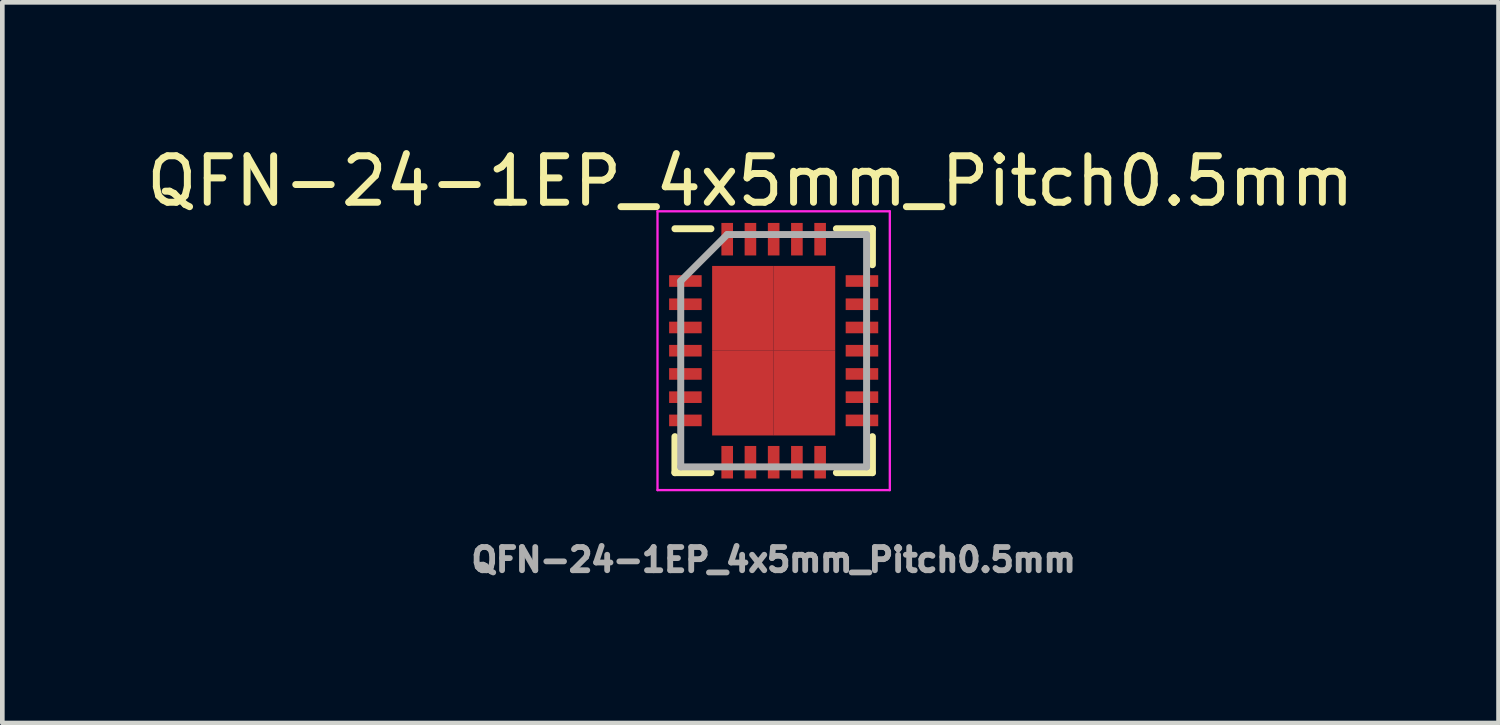
<source format=kicad_pcb>
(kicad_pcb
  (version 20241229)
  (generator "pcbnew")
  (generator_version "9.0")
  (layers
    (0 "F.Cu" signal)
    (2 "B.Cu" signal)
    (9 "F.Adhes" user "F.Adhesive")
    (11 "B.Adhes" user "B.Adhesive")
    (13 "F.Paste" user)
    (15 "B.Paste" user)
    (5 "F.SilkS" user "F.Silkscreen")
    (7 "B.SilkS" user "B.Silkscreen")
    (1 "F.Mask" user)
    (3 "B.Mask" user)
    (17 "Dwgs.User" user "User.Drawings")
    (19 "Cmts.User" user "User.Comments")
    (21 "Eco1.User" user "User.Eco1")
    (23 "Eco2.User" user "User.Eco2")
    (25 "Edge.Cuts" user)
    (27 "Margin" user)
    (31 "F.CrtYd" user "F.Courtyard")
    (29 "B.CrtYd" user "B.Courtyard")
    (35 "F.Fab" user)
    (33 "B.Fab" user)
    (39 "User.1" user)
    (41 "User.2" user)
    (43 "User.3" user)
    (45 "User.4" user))
  (footprint "QFN-24-1EP_4x5mm_Pitch0.5mm"
    (layer "F.Cu")
    (at 13.601 4.498)
    (property "Reference" "QFN-24-1EP_4x5mm_Pitch0.5mm" (at -0.5 -3.65 0) (layer "F.SilkS") (effects (font (size 1 1) (thickness 0.15))))
    (attr smd)
    (fp_line (start -2.125 -2.625) (end -1.35 -2.625) (stroke (width 0.15) (type solid)) (layer "F.SilkS"))
    (fp_line (start -2.125 2.625) (end -2.125 1.85) (stroke (width 0.15) (type solid)) (layer "F.SilkS"))
    (fp_line (start -2.125 2.625) (end -1.35 2.625) (stroke (width 0.15) (type solid)) (layer "F.SilkS"))
    (fp_line (start 2.125 -2.625) (end 1.35 -2.625) (stroke (width 0.15) (type solid)) (layer "F.SilkS"))
    (fp_line (start 2.125 -2.625) (end 2.125 -1.85) (stroke (width 0.15) (type solid)) (layer "F.SilkS"))
    (fp_line (start 2.125 2.625) (end 1.35 2.625) (stroke (width 0.15) (type solid)) (layer "F.SilkS"))
    (fp_line (start 2.125 2.625) (end 2.125 1.85) (stroke (width 0.15) (type solid)) (layer "F.SilkS"))
    (fp_line (start -2.5 -3) (end -2.5 3) (stroke (width 0.05) (type solid)) (layer "F.CrtYd"))
    (fp_line (start -2.5 -3) (end 2.5 -3) (stroke (width 0.05) (type solid)) (layer "F.CrtYd"))
    (fp_line (start -2.5 3) (end 2.5 3) (stroke (width 0.05) (type solid)) (layer "F.CrtYd"))
    (fp_line (start 2.5 -3) (end 2.5 3) (stroke (width 0.05) (type solid)) (layer "F.CrtYd"))
    (fp_line (start -2 -1.5) (end -1 -2.5) (stroke (width 0.15) (type solid)) (layer "F.Fab"))
    (fp_line (start -2 2.5) (end -2 -1.5) (stroke (width 0.15) (type solid)) (layer "F.Fab"))
    (fp_line (start -1 -2.5) (end 2 -2.5) (stroke (width 0.15) (type solid)) (layer "F.Fab"))
    (fp_line (start 2 -2.5) (end 2 2.5) (stroke (width 0.15) (type solid)) (layer "F.Fab"))
    (fp_line (start 2 2.5) (end -2 2.5) (stroke (width 0.15) (type solid)) (layer "F.Fab"))
    (fp_text user "${REFERENCE}" (at 0 4.5 0) (layer "F.Fab") (effects (font (size 0.5 0.5) (thickness 0.125))))
    (pad "1" smd rect (at -1.9 -1.5) (size 0.7 0.25) (layers "F.Cu" "F.Mask" "F.Paste"))
    (pad "2" smd rect (at -1.9 -1) (size 0.7 0.25) (layers "F.Cu" "F.Mask" "F.Paste"))
    (pad "3" smd rect (at -1.9 -0.5) (size 0.7 0.25) (layers "F.Cu" "F.Mask" "F.Paste"))
    (pad "4" smd rect (at -1.9 0) (size 0.7 0.25) (layers "F.Cu" "F.Mask" "F.Paste"))
    (pad "5" smd rect (at -1.9 0.5) (size 0.7 0.25) (layers "F.Cu" "F.Mask" "F.Paste"))
    (pad "6" smd rect (at -1.9 1) (size 0.7 0.25) (layers "F.Cu" "F.Mask" "F.Paste"))
    (pad "7" smd rect (at -1.9 1.5) (size 0.7 0.25) (layers "F.Cu" "F.Mask" "F.Paste"))
    (pad "8" smd rect (at -1 2.4 90) (size 0.7 0.25) (layers "F.Cu" "F.Mask" "F.Paste"))
    (pad "9" smd rect (at -0.5 2.4 90) (size 0.7 0.25) (layers "F.Cu" "F.Mask" "F.Paste"))
    (pad "10" smd rect (at 0 2.4 90) (size 0.7 0.25) (layers "F.Cu" "F.Mask" "F.Paste"))
    (pad "11" smd rect (at 0.5 2.4 90) (size 0.7 0.25) (layers "F.Cu" "F.Mask" "F.Paste"))
    (pad "12" smd rect (at 1 2.4 90) (size 0.7 0.25) (layers "F.Cu" "F.Mask" "F.Paste"))
    (pad "13" smd rect (at 1.9 1.5) (size 0.7 0.25) (layers "F.Cu" "F.Mask" "F.Paste"))
    (pad "14" smd rect (at 1.9 1) (size 0.7 0.25) (layers "F.Cu" "F.Mask" "F.Paste"))
    (pad "15" smd rect (at 1.9 0.5) (size 0.7 0.25) (layers "F.Cu" "F.Mask" "F.Paste"))
    (pad "16" smd rect (at 1.9 0) (size 0.7 0.25) (layers "F.Cu" "F.Mask" "F.Paste"))
    (pad "17" smd rect (at 1.9 -0.5) (size 0.7 0.25) (layers "F.Cu" "F.Mask" "F.Paste"))
    (pad "18" smd rect (at 1.9 -1) (size 0.7 0.25) (layers "F.Cu" "F.Mask" "F.Paste"))
    (pad "19" smd rect (at 1.9 -1.5) (size 0.7 0.25) (layers "F.Cu" "F.Mask" "F.Paste"))
    (pad "20" smd rect (at 1 -2.4 90) (size 0.7 0.25) (layers "F.Cu" "F.Mask" "F.Paste"))
    (pad "21" smd rect (at 0.5 -2.4 90) (size 0.7 0.25) (layers "F.Cu" "F.Mask" "F.Paste"))
    (pad "22" smd rect (at 0 -2.4 90) (size 0.7 0.25) (layers "F.Cu" "F.Mask" "F.Paste"))
    (pad "23" smd rect (at -0.5 -2.4 90) (size 0.7 0.25) (layers "F.Cu" "F.Mask" "F.Paste"))
    (pad "24" smd rect (at -1 -2.4 90) (size 0.7 0.25) (layers "F.Cu" "F.Mask" "F.Paste"))
    (pad "25" smd rect (at -0.662 -0.912) (size 1.325 1.825) (layers "F.Cu" "F.Mask" "F.Paste"))
    (pad "25" smd rect (at -0.662 0.912) (size 1.325 1.825) (layers "F.Cu" "F.Mask" "F.Paste"))
    (pad "25" smd rect (at 0.662 -0.912) (size 1.325 1.825) (layers "F.Cu" "F.Mask" "F.Paste"))
    (pad "25" smd rect (at 0.662 0.912) (size 1.325 1.825) (layers "F.Cu" "F.Mask" "F.Paste")))
  (gr_rect
    (start -3 -3)
    (end 29.202 12.51)
    (stroke (width 0.1) (type default))
    (fill no)
    (layer "Edge.Cuts")))
</source>
